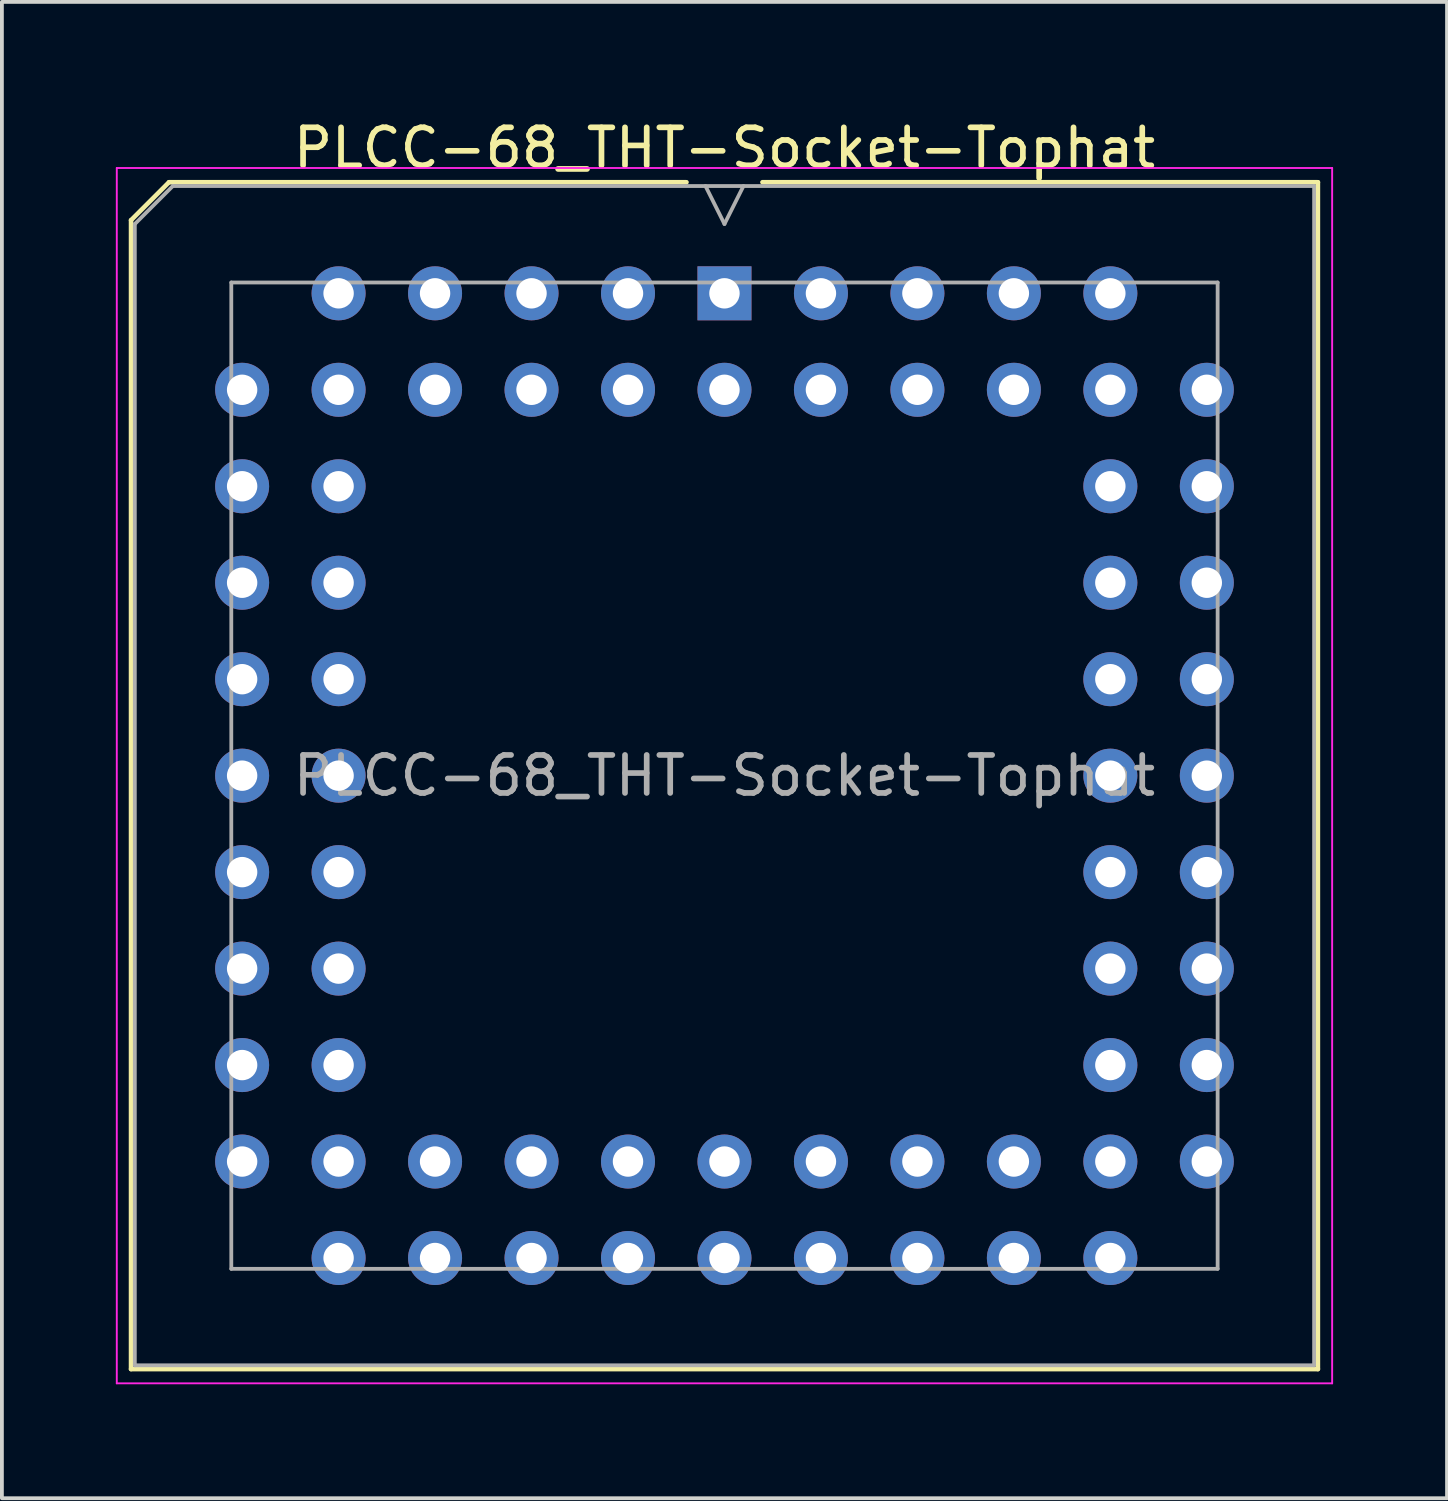
<source format=kicad_pcb>
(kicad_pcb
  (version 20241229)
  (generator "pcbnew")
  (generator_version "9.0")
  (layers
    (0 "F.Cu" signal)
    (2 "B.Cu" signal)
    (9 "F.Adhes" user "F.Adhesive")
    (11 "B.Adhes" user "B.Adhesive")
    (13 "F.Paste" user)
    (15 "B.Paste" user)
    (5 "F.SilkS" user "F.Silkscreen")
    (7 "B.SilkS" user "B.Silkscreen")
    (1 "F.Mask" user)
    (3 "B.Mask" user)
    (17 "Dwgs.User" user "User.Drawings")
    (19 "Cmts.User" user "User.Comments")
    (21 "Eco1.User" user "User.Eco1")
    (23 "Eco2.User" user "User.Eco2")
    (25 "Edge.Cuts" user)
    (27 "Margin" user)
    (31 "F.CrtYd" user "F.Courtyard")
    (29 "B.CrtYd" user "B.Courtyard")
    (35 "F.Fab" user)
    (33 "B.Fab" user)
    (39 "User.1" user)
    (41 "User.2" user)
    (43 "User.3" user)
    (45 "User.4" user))
  (footprint "PLCC-68_THT-Socket-Tophat"
    (layer "F.Cu")
    (at 16.025 4.673)
    (property "Reference" "PLCC-68_THT-Socket-Tophat" (at 0 -3.825 0) (layer "F.SilkS") (effects (font (size 1 1) (thickness 0.15))))
    (attr through_hole)
    (fp_line (start -15.625 -1.925) (end -15.625 28.325) (stroke (width 0.12) (type solid)) (layer "F.SilkS"))
    (fp_line (start -15.625 28.325) (end 15.625 28.325) (stroke (width 0.12) (type solid)) (layer "F.SilkS"))
    (fp_line (start -14.625 -2.925) (end -15.625 -1.925) (stroke (width 0.12) (type solid)) (layer "F.SilkS"))
    (fp_line (start -1 -2.925) (end -14.625 -2.925) (stroke (width 0.12) (type solid)) (layer "F.SilkS"))
    (fp_line (start 15.625 -2.925) (end 1 -2.925) (stroke (width 0.12) (type solid)) (layer "F.SilkS"))
    (fp_line (start 15.625 28.325) (end 15.625 -2.925) (stroke (width 0.12) (type solid)) (layer "F.SilkS"))
    (fp_line (start -16 -3.3) (end -16 28.7) (stroke (width 0.05) (type solid)) (layer "F.CrtYd"))
    (fp_line (start -16 28.7) (end 16 28.7) (stroke (width 0.05) (type solid)) (layer "F.CrtYd"))
    (fp_line (start 16 -3.3) (end -16 -3.3) (stroke (width 0.05) (type solid)) (layer "F.CrtYd"))
    (fp_line (start 16 28.7) (end 16 -3.3) (stroke (width 0.05) (type solid)) (layer "F.CrtYd"))
    (fp_line (start -15.525 -1.825) (end -15.525 28.225) (stroke (width 0.1) (type solid)) (layer "F.Fab"))
    (fp_line (start -15.525 28.225) (end 15.525 28.225) (stroke (width 0.1) (type solid)) (layer "F.Fab"))
    (fp_line (start -14.525 -2.825) (end -15.525 -1.825) (stroke (width 0.1) (type solid)) (layer "F.Fab"))
    (fp_line (start -12.985 -0.285) (end -12.985 25.685) (stroke (width 0.1) (type solid)) (layer "F.Fab"))
    (fp_line (start -12.985 25.685) (end 12.985 25.685) (stroke (width 0.1) (type solid)) (layer "F.Fab"))
    (fp_line (start -0.5 -2.825) (end 0 -1.825) (stroke (width 0.1) (type solid)) (layer "F.Fab"))
    (fp_line (start 0 -1.825) (end 0.5 -2.825) (stroke (width 0.1) (type solid)) (layer "F.Fab"))
    (fp_line (start 12.985 -0.285) (end -12.985 -0.285) (stroke (width 0.1) (type solid)) (layer "F.Fab"))
    (fp_line (start 12.985 25.685) (end 12.985 -0.285) (stroke (width 0.1) (type solid)) (layer "F.Fab"))
    (fp_line (start 15.525 -2.825) (end -14.525 -2.825) (stroke (width 0.1) (type solid)) (layer "F.Fab"))
    (fp_line (start 15.525 28.225) (end 15.525 -2.825) (stroke (width 0.1) (type solid)) (layer "F.Fab"))
    (fp_text user "${REFERENCE}" (at 0 12.7 0) (layer "F.Fab") (effects (font (size 1 1) (thickness 0.15))))
    (pad "1" thru_hole rect (at 0 0) (size 1.422 1.422) (drill 0.8) (layers "*.Cu" "*.Mask"))
    (pad "2" thru_hole circle (at 2.54 2.54) (size 1.422 1.422) (drill 0.8) (layers "*.Cu" "*.Mask"))
    (pad "3" thru_hole circle (at 2.54 0) (size 1.422 1.422) (drill 0.8) (layers "*.Cu" "*.Mask"))
    (pad "4" thru_hole circle (at 5.08 2.54) (size 1.422 1.422) (drill 0.8) (layers "*.Cu" "*.Mask"))
    (pad "5" thru_hole circle (at 5.08 0) (size 1.422 1.422) (drill 0.8) (layers "*.Cu" "*.Mask"))
    (pad "6" thru_hole circle (at 7.62 2.54) (size 1.422 1.422) (drill 0.8) (layers "*.Cu" "*.Mask"))
    (pad "7" thru_hole circle (at 7.62 0) (size 1.422 1.422) (drill 0.8) (layers "*.Cu" "*.Mask"))
    (pad "8" thru_hole circle (at 10.16 2.54) (size 1.422 1.422) (drill 0.8) (layers "*.Cu" "*.Mask"))
    (pad "9" thru_hole circle (at 10.16 0) (size 1.422 1.422) (drill 0.8) (layers "*.Cu" "*.Mask"))
    (pad "10" thru_hole circle (at 12.7 2.54) (size 1.422 1.422) (drill 0.8) (layers "*.Cu" "*.Mask"))
    (pad "11" thru_hole circle (at 10.16 5.08) (size 1.422 1.422) (drill 0.8) (layers "*.Cu" "*.Mask"))
    (pad "12" thru_hole circle (at 12.7 5.08) (size 1.422 1.422) (drill 0.8) (layers "*.Cu" "*.Mask"))
    (pad "13" thru_hole circle (at 10.16 7.62) (size 1.422 1.422) (drill 0.8) (layers "*.Cu" "*.Mask"))
    (pad "14" thru_hole circle (at 12.7 7.62) (size 1.422 1.422) (drill 0.8) (layers "*.Cu" "*.Mask"))
    (pad "15" thru_hole circle (at 10.16 10.16) (size 1.422 1.422) (drill 0.8) (layers "*.Cu" "*.Mask"))
    (pad "16" thru_hole circle (at 12.7 10.16) (size 1.422 1.422) (drill 0.8) (layers "*.Cu" "*.Mask"))
    (pad "17" thru_hole circle (at 10.16 12.7) (size 1.422 1.422) (drill 0.8) (layers "*.Cu" "*.Mask"))
    (pad "18" thru_hole circle (at 12.7 12.7) (size 1.422 1.422) (drill 0.8) (layers "*.Cu" "*.Mask"))
    (pad "19" thru_hole circle (at 10.16 15.24) (size 1.422 1.422) (drill 0.8) (layers "*.Cu" "*.Mask"))
    (pad "20" thru_hole circle (at 12.7 15.24) (size 1.422 1.422) (drill 0.8) (layers "*.Cu" "*.Mask"))
    (pad "21" thru_hole circle (at 10.16 17.78) (size 1.422 1.422) (drill 0.8) (layers "*.Cu" "*.Mask"))
    (pad "22" thru_hole circle (at 12.7 17.78) (size 1.422 1.422) (drill 0.8) (layers "*.Cu" "*.Mask"))
    (pad "23" thru_hole circle (at 10.16 20.32) (size 1.422 1.422) (drill 0.8) (layers "*.Cu" "*.Mask"))
    (pad "24" thru_hole circle (at 12.7 20.32) (size 1.422 1.422) (drill 0.8) (layers "*.Cu" "*.Mask"))
    (pad "25" thru_hole circle (at 10.16 22.86) (size 1.422 1.422) (drill 0.8) (layers "*.Cu" "*.Mask"))
    (pad "26" thru_hole circle (at 12.7 22.86) (size 1.422 1.422) (drill 0.8) (layers "*.Cu" "*.Mask"))
    (pad "27" thru_hole circle (at 10.16 25.4) (size 1.422 1.422) (drill 0.8) (layers "*.Cu" "*.Mask"))
    (pad "28" thru_hole circle (at 7.62 22.86) (size 1.422 1.422) (drill 0.8) (layers "*.Cu" "*.Mask"))
    (pad "29" thru_hole circle (at 7.62 25.4) (size 1.422 1.422) (drill 0.8) (layers "*.Cu" "*.Mask"))
    (pad "30" thru_hole circle (at 5.08 22.86) (size 1.422 1.422) (drill 0.8) (layers "*.Cu" "*.Mask"))
    (pad "31" thru_hole circle (at 5.08 25.4) (size 1.422 1.422) (drill 0.8) (layers "*.Cu" "*.Mask"))
    (pad "32" thru_hole circle (at 2.54 22.86) (size 1.422 1.422) (drill 0.8) (layers "*.Cu" "*.Mask"))
    (pad "33" thru_hole circle (at 2.54 25.4) (size 1.422 1.422) (drill 0.8) (layers "*.Cu" "*.Mask"))
    (pad "34" thru_hole circle (at 0 22.86) (size 1.422 1.422) (drill 0.8) (layers "*.Cu" "*.Mask"))
    (pad "35" thru_hole circle (at 0 25.4) (size 1.422 1.422) (drill 0.8) (layers "*.Cu" "*.Mask"))
    (pad "36" thru_hole circle (at -2.54 22.86) (size 1.422 1.422) (drill 0.8) (layers "*.Cu" "*.Mask"))
    (pad "37" thru_hole circle (at -2.54 25.4) (size 1.422 1.422) (drill 0.8) (layers "*.Cu" "*.Mask"))
    (pad "38" thru_hole circle (at -5.08 22.86) (size 1.422 1.422) (drill 0.8) (layers "*.Cu" "*.Mask"))
    (pad "39" thru_hole circle (at -5.08 25.4) (size 1.422 1.422) (drill 0.8) (layers "*.Cu" "*.Mask"))
    (pad "40" thru_hole circle (at -7.62 22.86) (size 1.422 1.422) (drill 0.8) (layers "*.Cu" "*.Mask"))
    (pad "41" thru_hole circle (at -7.62 25.4) (size 1.422 1.422) (drill 0.8) (layers "*.Cu" "*.Mask"))
    (pad "42" thru_hole circle (at -10.16 22.86) (size 1.422 1.422) (drill 0.8) (layers "*.Cu" "*.Mask"))
    (pad "43" thru_hole circle (at -10.16 25.4) (size 1.422 1.422) (drill 0.8) (layers "*.Cu" "*.Mask"))
    (pad "44" thru_hole circle (at -12.7 22.86) (size 1.422 1.422) (drill 0.8) (layers "*.Cu" "*.Mask"))
    (pad "45" thru_hole circle (at -10.16 20.32) (size 1.422 1.422) (drill 0.8) (layers "*.Cu" "*.Mask"))
    (pad "46" thru_hole circle (at -12.7 20.32) (size 1.422 1.422) (drill 0.8) (layers "*.Cu" "*.Mask"))
    (pad "47" thru_hole circle (at -10.16 17.78) (size 1.422 1.422) (drill 0.8) (layers "*.Cu" "*.Mask"))
    (pad "48" thru_hole circle (at -12.7 17.78) (size 1.422 1.422) (drill 0.8) (layers "*.Cu" "*.Mask"))
    (pad "49" thru_hole circle (at -10.16 15.24) (size 1.422 1.422) (drill 0.8) (layers "*.Cu" "*.Mask"))
    (pad "50" thru_hole circle (at -12.7 15.24) (size 1.422 1.422) (drill 0.8) (layers "*.Cu" "*.Mask"))
    (pad "51" thru_hole circle (at -10.16 12.7) (size 1.422 1.422) (drill 0.8) (layers "*.Cu" "*.Mask"))
    (pad "52" thru_hole circle (at -12.7 12.7) (size 1.422 1.422) (drill 0.8) (layers "*.Cu" "*.Mask"))
    (pad "53" thru_hole circle (at -10.16 10.16) (size 1.422 1.422) (drill 0.8) (layers "*.Cu" "*.Mask"))
    (pad "54" thru_hole circle (at -12.7 10.16) (size 1.422 1.422) (drill 0.8) (layers "*.Cu" "*.Mask"))
    (pad "55" thru_hole circle (at -10.16 7.62) (size 1.422 1.422) (drill 0.8) (layers "*.Cu" "*.Mask"))
    (pad "56" thru_hole circle (at -12.7 7.62) (size 1.422 1.422) (drill 0.8) (layers "*.Cu" "*.Mask"))
    (pad "57" thru_hole circle (at -10.16 5.08) (size 1.422 1.422) (drill 0.8) (layers "*.Cu" "*.Mask"))
    (pad "58" thru_hole circle (at -12.7 5.08) (size 1.422 1.422) (drill 0.8) (layers "*.Cu" "*.Mask"))
    (pad "59" thru_hole circle (at -10.16 2.54) (size 1.422 1.422) (drill 0.8) (layers "*.Cu" "*.Mask"))
    (pad "60" thru_hole circle (at -12.7 2.54) (size 1.422 1.422) (drill 0.8) (layers "*.Cu" "*.Mask"))
    (pad "61" thru_hole circle (at -10.16 0) (size 1.422 1.422) (drill 0.8) (layers "*.Cu" "*.Mask"))
    (pad "62" thru_hole circle (at -7.62 2.54) (size 1.422 1.422) (drill 0.8) (layers "*.Cu" "*.Mask"))
    (pad "63" thru_hole circle (at -7.62 0) (size 1.422 1.422) (drill 0.8) (layers "*.Cu" "*.Mask"))
    (pad "64" thru_hole circle (at -5.08 2.54) (size 1.422 1.422) (drill 0.8) (layers "*.Cu" "*.Mask"))
    (pad "65" thru_hole circle (at -5.08 0) (size 1.422 1.422) (drill 0.8) (layers "*.Cu" "*.Mask"))
    (pad "66" thru_hole circle (at -2.54 2.54) (size 1.422 1.422) (drill 0.8) (layers "*.Cu" "*.Mask"))
    (pad "67" thru_hole circle (at -2.54 0) (size 1.422 1.422) (drill 0.8) (layers "*.Cu" "*.Mask"))
    (pad "68" thru_hole circle (at 0 2.54) (size 1.422 1.422) (drill 0.8) (layers "*.Cu" "*.Mask")))
  (gr_rect
    (start -3 -3)
    (end 35.05 36.398)
    (stroke (width 0.1) (type default))
    (fill no)
    (layer "Edge.Cuts")))
</source>
